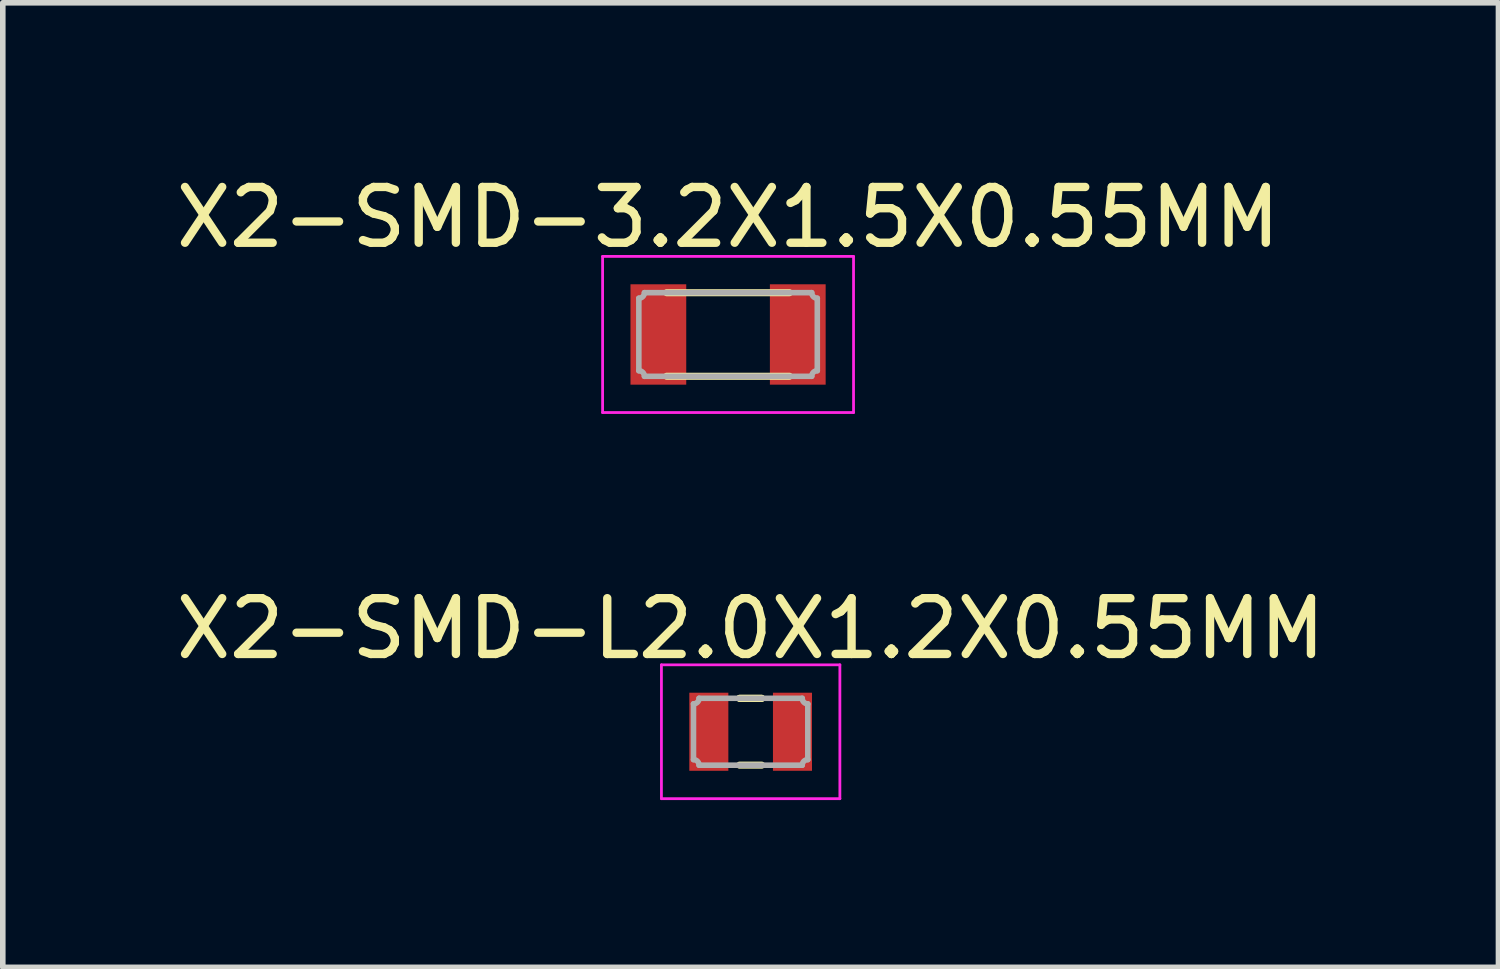
<source format=kicad_pcb>
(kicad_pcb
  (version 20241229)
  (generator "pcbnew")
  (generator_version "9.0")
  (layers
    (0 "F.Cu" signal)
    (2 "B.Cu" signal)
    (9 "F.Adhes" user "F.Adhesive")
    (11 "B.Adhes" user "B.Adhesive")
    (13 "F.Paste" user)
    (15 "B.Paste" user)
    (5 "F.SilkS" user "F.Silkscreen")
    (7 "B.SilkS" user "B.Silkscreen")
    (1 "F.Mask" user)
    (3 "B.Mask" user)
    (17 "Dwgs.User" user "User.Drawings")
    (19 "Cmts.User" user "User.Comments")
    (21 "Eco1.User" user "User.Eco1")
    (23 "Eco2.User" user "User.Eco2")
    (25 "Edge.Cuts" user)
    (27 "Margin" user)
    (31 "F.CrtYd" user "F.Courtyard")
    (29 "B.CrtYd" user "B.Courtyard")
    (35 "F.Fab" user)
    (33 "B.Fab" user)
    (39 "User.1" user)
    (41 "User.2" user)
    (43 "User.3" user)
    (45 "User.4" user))
  (footprint "X2-SMD-3.2X1.5X0.55MM"
    (layer "F.Cu")
    (at 10.006 2.948)
    (property "Reference" "X2-SMD-3.2X1.5X0.55MM" (at 0 -2.1 0) (layer "F.SilkS") (effects (font (size 1 1) (thickness 0.15))))
    (attr smd)
    (fp_line (start -1.1 -0.749) (end 1.1 -0.749) (stroke (width 0.127) (type solid)) (layer "F.SilkS"))
    (fp_line (start 1.1 0.749) (end -1.1 0.749) (stroke (width 0.127) (type solid)) (layer "F.SilkS"))
    (fp_line (start -2.25 -1.4) (end 2.25 -1.4) (stroke (width 0.05) (type solid)) (layer "F.CrtYd"))
    (fp_line (start -2.25 1.4) (end -2.25 -1.4) (stroke (width 0.05) (type solid)) (layer "F.CrtYd"))
    (fp_line (start 2.25 1.4) (end -2.25 1.4) (stroke (width 0.05) (type solid)) (layer "F.CrtYd"))
    (fp_line (start 2.25 1.4) (end 2.25 -1.4) (stroke (width 0.05) (type solid)) (layer "F.CrtYd"))
    (fp_line (start -1.6 -0.65) (end -1.6 0.65) (stroke (width 0.1) (type solid)) (layer "F.Fab"))
    (fp_line (start -1.5 0.75) (end 1.5 0.75) (stroke (width 0.1) (type solid)) (layer "F.Fab"))
    (fp_line (start 1.5 -0.75) (end -1.5 -0.75) (stroke (width 0.1) (type solid)) (layer "F.Fab"))
    (fp_line (start 1.6 0.65) (end 1.6 -0.65) (stroke (width 0.1) (type solid)) (layer "F.Fab"))
    (fp_arc (start -1.6 0.65) (mid -1.529289 0.679289) (end -1.5 0.75) (stroke (width 0.1) (type solid)) (layer "F.Fab"))
    (fp_arc (start -1.5 -0.75) (mid -1.529289 -0.679289) (end -1.6 -0.65) (stroke (width 0.1) (type solid)) (layer "F.Fab"))
    (fp_arc (start 1.5 0.75) (mid 1.529289 0.679289) (end 1.6 0.65) (stroke (width 0.1) (type solid)) (layer "F.Fab"))
    (fp_arc (start 1.52 0.75) (mid 1.51 0.76) (end 1.5 0.75) (stroke (width 0.05) (type solid)) (layer "F.Fab"))
    (fp_arc (start 1.6 -0.65) (mid 1.529289 -0.679289) (end 1.5 -0.75) (stroke (width 0.1) (type solid)) (layer "F.Fab"))
    (pad "1" smd rect (at -1.25 0 90) (size 1.8 1) (layers "F.Cu" "F.Mask" "F.Paste"))
    (pad "2" smd rect (at 1.25 0 90) (size 1.8 1) (layers "F.Cu" "F.Mask" "F.Paste")))
  (footprint "X2-SMD-L2.0X1.2X0.55MM"
    (layer "F.Cu")
    (at 10.411 10.072)
    (property "Reference" "X2-SMD-L2.0X1.2X0.55MM" (at 0 -1.85 0) (layer "F.SilkS") (effects (font (size 1 1) (thickness 0.15))))
    (attr smd)
    (fp_line (start -0.198 -0.599) (end 0.198 -0.599) (stroke (width 0.127) (type solid)) (layer "F.SilkS"))
    (fp_line (start -0.198 -0.599) (end 0.198 -0.599) (stroke (width 0.127) (type solid)) (layer "F.SilkS"))
    (fp_line (start -0.198 0.599) (end 0.198 0.599) (stroke (width 0.127) (type solid)) (layer "F.SilkS"))
    (fp_line (start -1.6 -1.2) (end 1.6 -1.2) (stroke (width 0.05) (type solid)) (layer "F.CrtYd"))
    (fp_line (start -1.6 1.2) (end -1.6 -1.2) (stroke (width 0.05) (type solid)) (layer "F.CrtYd"))
    (fp_line (start 1.6 -1.2) (end 1.6 1.2) (stroke (width 0.05) (type solid)) (layer "F.CrtYd"))
    (fp_line (start 1.6 1.2) (end -1.6 1.2) (stroke (width 0.05) (type solid)) (layer "F.CrtYd"))
    (fp_line (start -1.025 0.5) (end -1.025 -0.5) (stroke (width 0.1) (type solid)) (layer "F.Fab"))
    (fp_line (start -0.925 -0.6) (end 0.925 -0.6) (stroke (width 0.1) (type solid)) (layer "F.Fab"))
    (fp_line (start 0.925 0.6) (end -0.925 0.6) (stroke (width 0.1) (type solid)) (layer "F.Fab"))
    (fp_line (start 1.025 -0.5) (end 1.025 0.5) (stroke (width 0.1) (type solid)) (layer "F.Fab"))
    (fp_arc (start -1.025 0.5) (mid -0.954289 0.529289) (end -0.925 0.6) (stroke (width 0.1) (type solid)) (layer "F.Fab"))
    (fp_arc (start -0.925 -0.6) (mid -0.954289 -0.529289) (end -1.025 -0.5) (stroke (width 0.1) (type solid)) (layer "F.Fab"))
    (fp_arc (start 0.925 0.6) (mid 0.954289 0.529289) (end 1.025 0.5) (stroke (width 0.1) (type solid)) (layer "F.Fab"))
    (fp_arc (start 1.025 -0.5) (mid 0.954289 -0.529289) (end 0.925 -0.6) (stroke (width 0.1) (type solid)) (layer "F.Fab"))
    (pad "1" smd rect (at -0.75 0 90) (size 1.4 0.7) (layers "F.Cu" "F.Mask" "F.Paste"))
    (pad "2" smd rect (at 0.75 0 90) (size 1.4 0.7) (layers "F.Cu" "F.Mask" "F.Paste")))
  (gr_rect
    (start -3 -3)
    (end 23.821 14.296)
    (stroke (width 0.1) (type default))
    (fill no)
    (layer "Edge.Cuts")))
</source>
